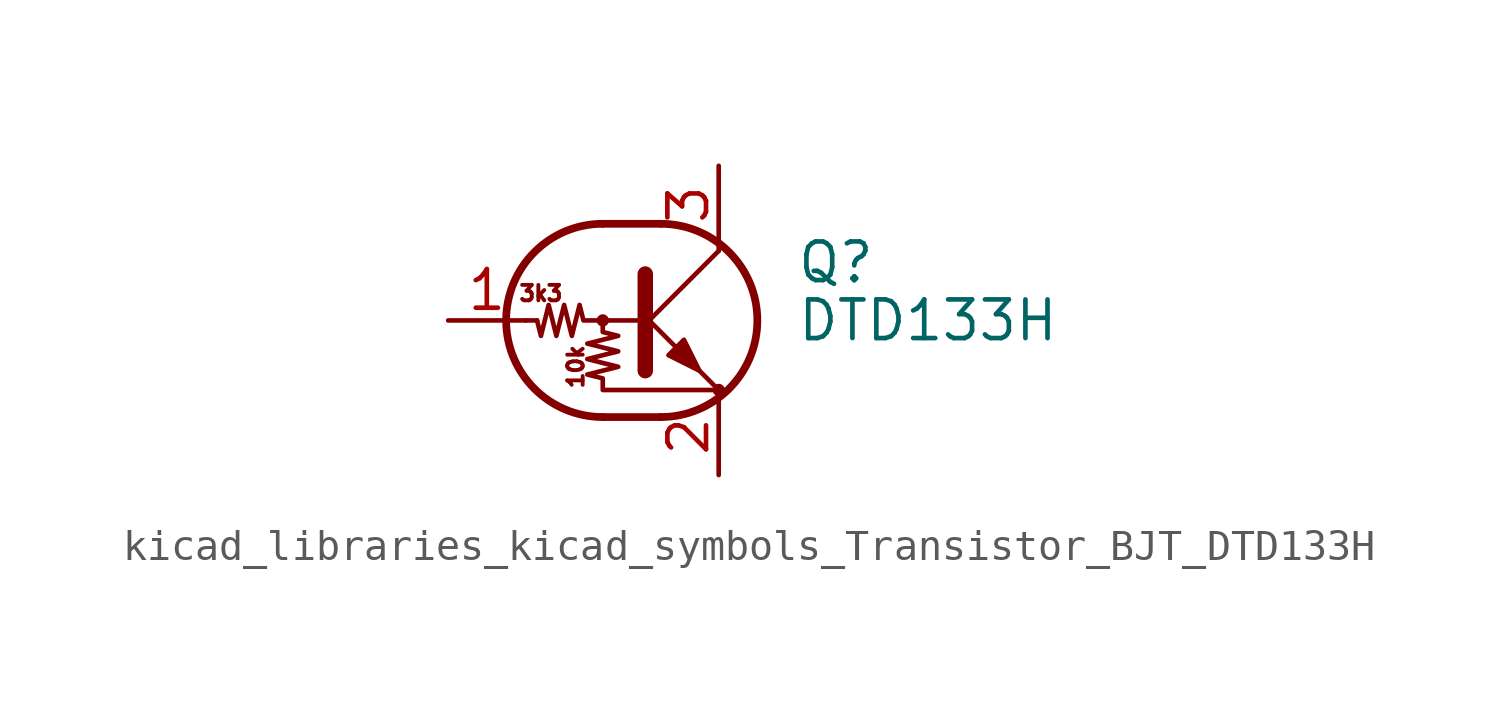
<source format=kicad_sym>
(kicad_symbol_lib
  (version 20220914)
  (generator kicad_symbol_editor)
  (symbol "kicad_libraries_kicad_symbols_Transistor_BJT_DTD133H"
    (pin_names
      (offset 0) hide)
    (property "Reference" "Q"
      (at 5.08 1.905 0)
      (effects (font (size 1.27 1.27)) (justify left)))
    (property "Value" "DTD133H"
      (at 5.08 0 0)
      (effects (font (size 1.27 1.27)) (justify left)))
    (symbol "kicad_libraries_kicad_symbols_Transistor_BJT_DTD133H_0_0"
      (text "10k" (at -2.159 -1.524 900) (effects (font (size 0.508 0.508))))
      (text "3k3" (at -3.302 0.889 0) (effects (font (size 0.508 0.508)))))
    (symbol "kicad_libraries_kicad_symbols_Transistor_BJT_DTD133H_0_1"
      (circle (center -1.27 0) (radius 0.127) (stroke (width 0) (type default)) (fill (type none)))
      (arc (start -1.27 3.175) (mid -4.4312 0) (end -1.27 -3.175) (stroke (width 0.254) (type default)) (fill (type none)))
      (polyline (pts (xy -3.429 0) (xy -3.81 0)) (stroke (width 0) (type default)) (fill (type none)))
      (polyline (pts (xy -1.27 -3.175) (xy 0.635 -3.175)) (stroke (width 0.254) (type default)) (fill (type none)))
      (polyline (pts (xy -1.27 3.175) (xy 0.635 3.175)) (stroke (width 0.254) (type default)) (fill (type none)))
      (polyline (pts (xy 0 -0.254) (xy 2.54 2.286)) (stroke (width 0) (type default)) (fill (type none)))
      (polyline (pts (xy 0.127 1.524) (xy 0.127 -1.651)) (stroke (width 0.508) (type default)) (fill (type outline)))
      (polyline (pts (xy 2.54 2.286) (xy 2.54 2.54)) (stroke (width 0) (type default)) (fill (type none)))
      (polyline (pts (xy 2.54 -2.286) (xy 0 0.254) (xy 0 0.254)) (stroke (width 0) (type default)) (fill (type none)))
      (polyline (pts (xy 0.889 -1.143) (xy 1.397 -0.635) (xy 1.905 -1.651) (xy 0.889 -1.143)) (stroke (width 0) (type default)) (fill (type outline)))
      (polyline (pts (xy 0 0) (xy -1.905 0) (xy -2.032 0.508) (xy -2.286 -0.508) (xy -2.54 0.508) (xy -2.794 -0.508) (xy -3.048 0.508) (xy -3.302 -0.508) (xy -3.429 0)) (stroke (width 0) (type default)) (fill (type none)))
      (polyline (pts (xy -1.27 0) (xy -1.27 -0.381) (xy -0.762 -0.508) (xy -1.778 -0.762) (xy -0.762 -1.016) (xy -1.778 -1.27) (xy -0.762 -1.524) (xy -1.778 -1.778) (xy -1.27 -1.905) (xy -1.27 -2.286) (xy 2.54 -2.286)) (stroke (width 0) (type default)) (fill (type none)))
      (arc (start 0.635 -3.175) (mid 3.7962 0) (end 0.635 3.175) (stroke (width 0.254) (type default)) (fill (type none)))
      (circle (center 2.54 -2.286) (radius 0.127) (stroke (width 0) (type default)) (fill (type none))))
    (symbol "kicad_libraries_kicad_symbols_Transistor_BJT_DTD133H_1_1"
      (pin input line (at -6.35 0 0) (length 2.54) (name "B" (effects (font (size 1.27 1.27)))) (number "1" (effects (font (size 1.27 1.27)))))
      (pin passive line (at 2.54 -5.08 90) (length 2.54) (name "E" (effects (font (size 1.27 1.27)))) (number "2" (effects (font (size 1.27 1.27)))))
      (pin passive line (at 2.54 5.08 270) (length 2.54) (name "C" (effects (font (size 1.27 1.27)))) (number "3" (effects (font (size 1.27 1.27))))))))
</source>
